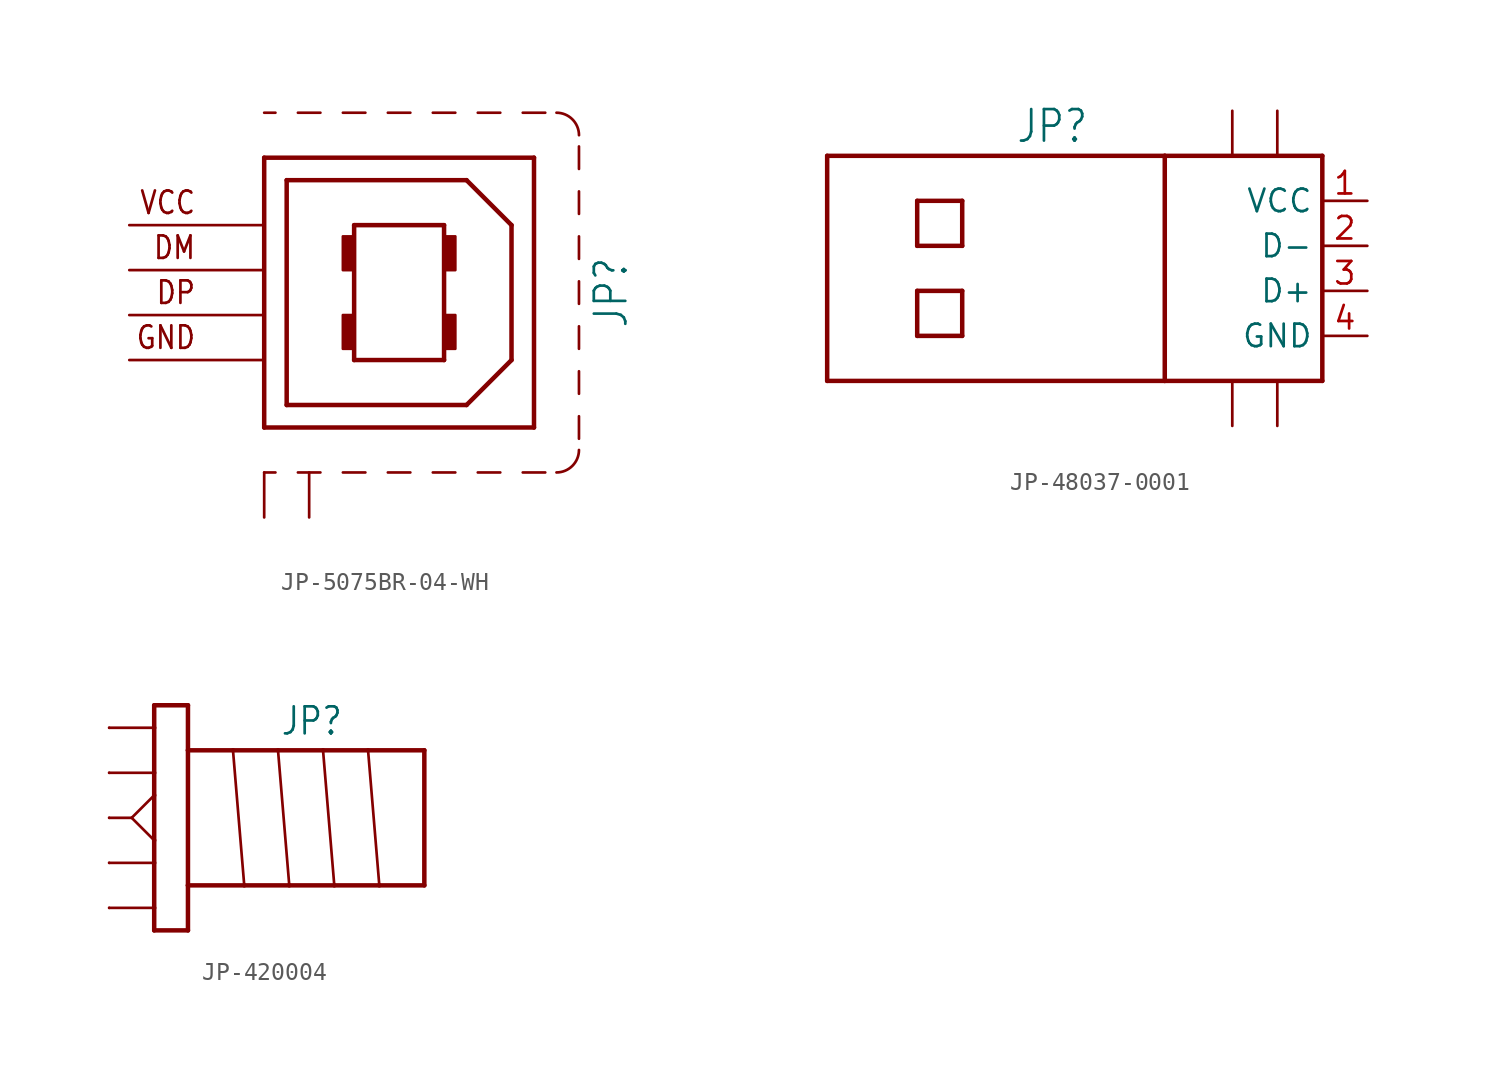
<source format=kicad_sym>
(kicad_symbol_lib
  (version 20231120)
  (generator "kicad_symbol_editor")
  (generator_version "8.0")
  (symbol "JP-5075BR-04-WH"
    (property "Reference" "JP"
      (at 10.922 0 90)
      (effects (font (size 1.778 1.511)) (justify top)))
    (property "Value" ""
      (at 13.462 0 90)
      (effects (font (size 1.778 1.511)) (justify top)))
    (property "ki_locked" ""
      (at 0 0 0)
      (effects (font (size 1.27 1.27))))
    (symbol "JP-5075BR-04-WH_1_0"
      (rectangle (start -3.175 -3.175) (end -2.54 -1.27) (stroke (width 0) (type default)) (fill (type outline)))
      (rectangle (start -3.175 1.27) (end -2.54 3.175) (stroke (width 0) (type default)) (fill (type outline)))
      (polyline (pts (xy -7.62 -10.16) (xy -6.985 -10.16)) (stroke (width 0.152) (type solid)) (fill (type none)))
      (polyline (pts (xy -7.62 7.62) (xy -7.62 -7.62)) (stroke (width 0.254) (type solid)) (fill (type none)))
      (polyline (pts (xy -7.62 7.62) (xy 7.62 7.62)) (stroke (width 0.254) (type solid)) (fill (type none)))
      (polyline (pts (xy -7.62 10.16) (xy -6.985 10.16)) (stroke (width 0.152) (type solid)) (fill (type none)))
      (polyline (pts (xy -6.35 -6.35) (xy 3.81 -6.35)) (stroke (width 0.254) (type solid)) (fill (type none)))
      (polyline (pts (xy -6.35 6.35) (xy -6.35 -6.35)) (stroke (width 0.254) (type solid)) (fill (type none)))
      (polyline (pts (xy -5.715 -10.16) (xy -4.445 -10.16)) (stroke (width 0.152) (type solid)) (fill (type none)))
      (polyline (pts (xy -5.715 10.16) (xy -4.445 10.16)) (stroke (width 0.152) (type solid)) (fill (type none)))
      (polyline (pts (xy -3.175 -10.16) (xy -1.905 -10.16)) (stroke (width 0.152) (type solid)) (fill (type none)))
      (polyline (pts (xy -3.175 10.16) (xy -1.905 10.16)) (stroke (width 0.152) (type solid)) (fill (type none)))
      (polyline (pts (xy -2.54 -3.81) (xy 2.54 -3.81)) (stroke (width 0.254) (type solid)) (fill (type none)))
      (polyline (pts (xy -2.54 3.81) (xy -2.54 -3.81)) (stroke (width 0.254) (type solid)) (fill (type none)))
      (polyline (pts (xy -0.635 -10.16) (xy 0.635 -10.16)) (stroke (width 0.152) (type solid)) (fill (type none)))
      (polyline (pts (xy -0.635 10.16) (xy 0.635 10.16)) (stroke (width 0.152) (type solid)) (fill (type none)))
      (polyline (pts (xy 1.905 -10.16) (xy 3.175 -10.16)) (stroke (width 0.152) (type solid)) (fill (type none)))
      (polyline (pts (xy 1.905 10.16) (xy 3.175 10.16)) (stroke (width 0.152) (type solid)) (fill (type none)))
      (polyline (pts (xy 2.54 -3.81) (xy 2.54 3.81)) (stroke (width 0.254) (type solid)) (fill (type none)))
      (polyline (pts (xy 2.54 3.81) (xy -2.54 3.81)) (stroke (width 0.254) (type solid)) (fill (type none)))
      (polyline (pts (xy 3.81 -6.35) (xy 6.35 -3.81)) (stroke (width 0.254) (type solid)) (fill (type none)))
      (polyline (pts (xy 3.81 6.35) (xy -6.35 6.35)) (stroke (width 0.254) (type solid)) (fill (type none)))
      (polyline (pts (xy 4.445 -10.16) (xy 5.715 -10.16)) (stroke (width 0.152) (type solid)) (fill (type none)))
      (polyline (pts (xy 4.445 10.16) (xy 5.715 10.16)) (stroke (width 0.152) (type solid)) (fill (type none)))
      (polyline (pts (xy 6.35 -3.81) (xy 6.35 3.81)) (stroke (width 0.254) (type solid)) (fill (type none)))
      (polyline (pts (xy 6.35 3.81) (xy 3.81 6.35)) (stroke (width 0.254) (type solid)) (fill (type none)))
      (polyline (pts (xy 6.985 -10.16) (xy 8.255 -10.16)) (stroke (width 0.152) (type solid)) (fill (type none)))
      (polyline (pts (xy 6.985 10.16) (xy 8.255 10.16)) (stroke (width 0.152) (type solid)) (fill (type none)))
      (polyline (pts (xy 7.62 -7.62) (xy -7.62 -7.62)) (stroke (width 0.254) (type solid)) (fill (type none)))
      (polyline (pts (xy 7.62 7.62) (xy 7.62 -7.62)) (stroke (width 0.254) (type solid)) (fill (type none)))
      (polyline (pts (xy 10.16 -8.255) (xy 10.16 -6.985)) (stroke (width 0.152) (type solid)) (fill (type none)))
      (polyline (pts (xy 10.16 -5.715) (xy 10.16 -4.445)) (stroke (width 0.152) (type solid)) (fill (type none)))
      (polyline (pts (xy 10.16 -3.175) (xy 10.16 -1.905)) (stroke (width 0.152) (type solid)) (fill (type none)))
      (polyline (pts (xy 10.16 -0.635) (xy 10.16 0.635)) (stroke (width 0.152) (type solid)) (fill (type none)))
      (polyline (pts (xy 10.16 1.905) (xy 10.16 3.175)) (stroke (width 0.152) (type solid)) (fill (type none)))
      (polyline (pts (xy 10.16 4.445) (xy 10.16 5.715)) (stroke (width 0.152) (type solid)) (fill (type none)))
      (polyline (pts (xy 10.16 6.985) (xy 10.16 8.255)) (stroke (width 0.152) (type solid)) (fill (type none)))
      (rectangle (start 2.54 -3.175) (end 3.175 -1.27) (stroke (width 0) (type default)) (fill (type outline)))
      (rectangle (start 2.54 1.27) (end 3.175 3.175) (stroke (width 0) (type default)) (fill (type outline)))
      (arc (start 8.89 -10.16) (mid 9.788 -9.788) (end 10.16 -8.89) (stroke (width 0.1524) (type solid)) (fill (type none)))
      (arc (start 10.16 8.89) (mid 9.788 9.788) (end 8.89 10.16) (stroke (width 0.1524) (type solid)) (fill (type none)))
      (text "DM" (at -11.43 2.54 0) (effects (font (size 1.27 1.079)) (justify right)))
      (text "DP" (at -11.43 0 0) (effects (font (size 1.27 1.079)) (justify right)))
      (text "GND" (at -11.43 -2.54 0) (effects (font (size 1.27 1.079)) (justify right)))
      (text "VCC" (at -11.43 5.08 0) (effects (font (size 1.27 1.079)) (justify right)))
      (pin passive line (at -15.24 3.81 0) (length 7.62) (name "1" (effects (font (size 0 0)))) (number "1" (effects (font (size 0 0)))))
      (pin passive line (at -15.24 1.27 0) (length 7.62) (name "2" (effects (font (size 0 0)))) (number "2" (effects (font (size 0 0)))))
      (pin passive line (at -15.24 -1.27 0) (length 7.62) (name "3" (effects (font (size 0 0)))) (number "3" (effects (font (size 0 0)))))
      (pin passive line (at -15.24 -3.81 0) (length 7.62) (name "4" (effects (font (size 0 0)))) (number "4" (effects (font (size 0 0)))))
      (pin passive line (at -7.62 -12.7 90) (length 2.54) (name "S1" (effects (font (size 0 0)))) (number "S1" (effects (font (size 0 0)))))
      (pin passive line (at -5.08 -12.7 90) (length 2.54) (name "S2" (effects (font (size 0 0)))) (number "S2" (effects (font (size 0 0)))))))
  (symbol "JP-48037-0001"
    (property "Reference" "JP"
      (at 0 6.985 0)
      (effects (font (size 1.778 1.511)) (justify bottom)))
    (property "Value" ""
      (at 0 -6.985 0)
      (effects (font (size 1.778 1.511)) (justify top)))
    (property "ki_locked" ""
      (at 0 0 0)
      (effects (font (size 1.27 1.27))))
    (symbol "JP-48037-0001_1_0"
      (polyline (pts (xy -12.7 -6.35) (xy 6.35 -6.35)) (stroke (width 0.254) (type solid)) (fill (type none)))
      (polyline (pts (xy -12.7 6.35) (xy -12.7 -6.35)) (stroke (width 0.254) (type solid)) (fill (type none)))
      (polyline (pts (xy -7.62 -3.81) (xy -7.62 -1.27)) (stroke (width 0.254) (type solid)) (fill (type none)))
      (polyline (pts (xy -7.62 -1.27) (xy -5.08 -1.27)) (stroke (width 0.254) (type solid)) (fill (type none)))
      (polyline (pts (xy -7.62 1.27) (xy -5.08 1.27)) (stroke (width 0.254) (type solid)) (fill (type none)))
      (polyline (pts (xy -7.62 3.81) (xy -7.62 1.27)) (stroke (width 0.254) (type solid)) (fill (type none)))
      (polyline (pts (xy -5.08 -3.81) (xy -7.62 -3.81)) (stroke (width 0.254) (type solid)) (fill (type none)))
      (polyline (pts (xy -5.08 -1.27) (xy -5.08 -3.81)) (stroke (width 0.254) (type solid)) (fill (type none)))
      (polyline (pts (xy -5.08 1.27) (xy -5.08 3.81)) (stroke (width 0.254) (type solid)) (fill (type none)))
      (polyline (pts (xy -5.08 3.81) (xy -7.62 3.81)) (stroke (width 0.254) (type solid)) (fill (type none)))
      (polyline (pts (xy 6.35 -6.35) (xy 6.35 6.35)) (stroke (width 0.254) (type solid)) (fill (type none)))
      (polyline (pts (xy 6.35 6.35) (xy -12.7 6.35)) (stroke (width 0.254) (type solid)) (fill (type none)))
      (polyline (pts (xy 6.35 6.35) (xy 15.24 6.35)) (stroke (width 0.254) (type solid)) (fill (type none)))
      (polyline (pts (xy 15.24 -6.35) (xy 6.35 -6.35)) (stroke (width 0.254) (type solid)) (fill (type none)))
      (polyline (pts (xy 15.24 6.35) (xy 15.24 -6.35)) (stroke (width 0.254) (type solid)) (fill (type none)))
      (pin passive line (at 17.78 3.81 180) (length 2.54) (name "VCC" (effects (font (size 1.27 1.27)))) (number "1" (effects (font (size 1.27 1.27)))))
      (pin passive line (at 17.78 1.27 180) (length 2.54) (name "D-" (effects (font (size 1.27 1.27)))) (number "2" (effects (font (size 1.27 1.27)))))
      (pin passive line (at 17.78 -1.27 180) (length 2.54) (name "D+" (effects (font (size 1.27 1.27)))) (number "3" (effects (font (size 1.27 1.27)))))
      (pin passive line (at 17.78 -3.81 180) (length 2.54) (name "GND" (effects (font (size 1.27 1.27)))) (number "4" (effects (font (size 1.27 1.27)))))
      (pin passive line (at 10.16 8.89 270) (length 2.54) (name "S1" (effects (font (size 0 0)))) (number "S1" (effects (font (size 0 0)))))
      (pin passive line (at 10.16 -8.89 90) (length 2.54) (name "S2" (effects (font (size 0 0)))) (number "S2" (effects (font (size 0 0)))))
      (pin passive line (at 12.7 8.89 270) (length 2.54) (name "S3" (effects (font (size 0 0)))) (number "S3" (effects (font (size 0 0)))))
      (pin passive line (at 12.7 -8.89 90) (length 2.54) (name "S4" (effects (font (size 0 0)))) (number "S4" (effects (font (size 0 0)))))))
  (symbol "JP-420004"
    (property "Reference" "JP"
      (at 8.89 4.572 0)
      (effects (font (size 1.524 1.295)) (justify bottom)))
    (property "Value" ""
      (at 8.89 -4.572 0)
      (effects (font (size 1.524 1.295)) (justify top)))
    (property "ki_locked" ""
      (at 0 0 0)
      (effects (font (size 1.27 1.27))))
    (symbol "JP-420004_1_0"
      (polyline (pts (xy -1.27 0) (xy -2.54 0)) (stroke (width 0.152) (type solid)) (fill (type none)))
      (polyline (pts (xy -1.27 0) (xy 0 -1.27)) (stroke (width 0.152) (type solid)) (fill (type none)))
      (polyline (pts (xy -1.27 0) (xy 0 1.27)) (stroke (width 0.152) (type solid)) (fill (type none)))
      (polyline (pts (xy 0 -6.35) (xy 1.905 -6.35)) (stroke (width 0.254) (type solid)) (fill (type none)))
      (polyline (pts (xy 0 -5.08) (xy -2.54 -5.08)) (stroke (width 0.152) (type solid)) (fill (type none)))
      (polyline (pts (xy 0 -5.08) (xy 0 -6.35)) (stroke (width 0.254) (type solid)) (fill (type none)))
      (polyline (pts (xy 0 -2.54) (xy -2.54 -2.54)) (stroke (width 0.152) (type solid)) (fill (type none)))
      (polyline (pts (xy 0 -2.54) (xy 0 -5.08)) (stroke (width 0.254) (type solid)) (fill (type none)))
      (polyline (pts (xy 0 -1.27) (xy 0 -2.54)) (stroke (width 0.254) (type solid)) (fill (type none)))
      (polyline (pts (xy 0 1.27) (xy 0 -1.27)) (stroke (width 0.254) (type solid)) (fill (type none)))
      (polyline (pts (xy 0 2.54) (xy -2.54 2.54)) (stroke (width 0.152) (type solid)) (fill (type none)))
      (polyline (pts (xy 0 2.54) (xy 0 1.27)) (stroke (width 0.254) (type solid)) (fill (type none)))
      (polyline (pts (xy 0 5.08) (xy -2.54 5.08)) (stroke (width 0.152) (type solid)) (fill (type none)))
      (polyline (pts (xy 0 5.08) (xy 0 2.54)) (stroke (width 0.254) (type solid)) (fill (type none)))
      (polyline (pts (xy 0 6.35) (xy 0 5.08)) (stroke (width 0.254) (type solid)) (fill (type none)))
      (polyline (pts (xy 1.905 -6.35) (xy 1.905 -3.81)) (stroke (width 0.254) (type solid)) (fill (type none)))
      (polyline (pts (xy 1.905 -3.81) (xy 1.905 3.81)) (stroke (width 0.254) (type solid)) (fill (type none)))
      (polyline (pts (xy 1.905 3.81) (xy 1.905 6.35)) (stroke (width 0.254) (type solid)) (fill (type none)))
      (polyline (pts (xy 1.905 3.81) (xy 4.445 3.81)) (stroke (width 0.254) (type solid)) (fill (type none)))
      (polyline (pts (xy 1.905 6.35) (xy 0 6.35)) (stroke (width 0.254) (type solid)) (fill (type none)))
      (polyline (pts (xy 4.445 3.81) (xy 5.08 -3.81)) (stroke (width 0.152) (type solid)) (fill (type none)))
      (polyline (pts (xy 4.445 3.81) (xy 6.985 3.81)) (stroke (width 0.254) (type solid)) (fill (type none)))
      (polyline (pts (xy 5.08 -3.81) (xy 1.905 -3.81)) (stroke (width 0.254) (type solid)) (fill (type none)))
      (polyline (pts (xy 6.985 3.81) (xy 7.62 -3.81)) (stroke (width 0.152) (type solid)) (fill (type none)))
      (polyline (pts (xy 6.985 3.81) (xy 9.525 3.81)) (stroke (width 0.254) (type solid)) (fill (type none)))
      (polyline (pts (xy 7.62 -3.81) (xy 5.08 -3.81)) (stroke (width 0.254) (type solid)) (fill (type none)))
      (polyline (pts (xy 9.525 3.81) (xy 10.16 -3.81)) (stroke (width 0.152) (type solid)) (fill (type none)))
      (polyline (pts (xy 9.525 3.81) (xy 12.065 3.81)) (stroke (width 0.254) (type solid)) (fill (type none)))
      (polyline (pts (xy 10.16 -3.81) (xy 7.62 -3.81)) (stroke (width 0.254) (type solid)) (fill (type none)))
      (polyline (pts (xy 12.065 3.81) (xy 12.7 -3.81)) (stroke (width 0.152) (type solid)) (fill (type none)))
      (polyline (pts (xy 12.065 3.81) (xy 15.24 3.81)) (stroke (width 0.254) (type solid)) (fill (type none)))
      (polyline (pts (xy 12.7 -3.81) (xy 10.16 -3.81)) (stroke (width 0.254) (type solid)) (fill (type none)))
      (polyline (pts (xy 15.24 -3.81) (xy 12.7 -3.81)) (stroke (width 0.254) (type solid)) (fill (type none)))
      (polyline (pts (xy 15.24 3.81) (xy 15.24 -3.81)) (stroke (width 0.254) (type solid)) (fill (type none)))
      (pin passive line (at -2.54 0 0) (length 0) (name "0" (effects (font (size 0 0)))) (number "0" (effects (font (size 0 0)))))
      (pin passive line (at -2.54 5.08 0) (length 0) (name "1" (effects (font (size 0 0)))) (number "1" (effects (font (size 0 0)))))
      (pin passive line (at -2.54 -2.54 0) (length 0) (name "2" (effects (font (size 0 0)))) (number "2" (effects (font (size 0 0)))))
      (pin passive line (at -2.54 -5.08 0) (length 0) (name "3" (effects (font (size 0 0)))) (number "3" (effects (font (size 0 0)))))
      (pin passive line (at -2.54 2.54 0) (length 0) (name "4" (effects (font (size 0 0)))) (number "4" (effects (font (size 0 0))))))))
</source>
